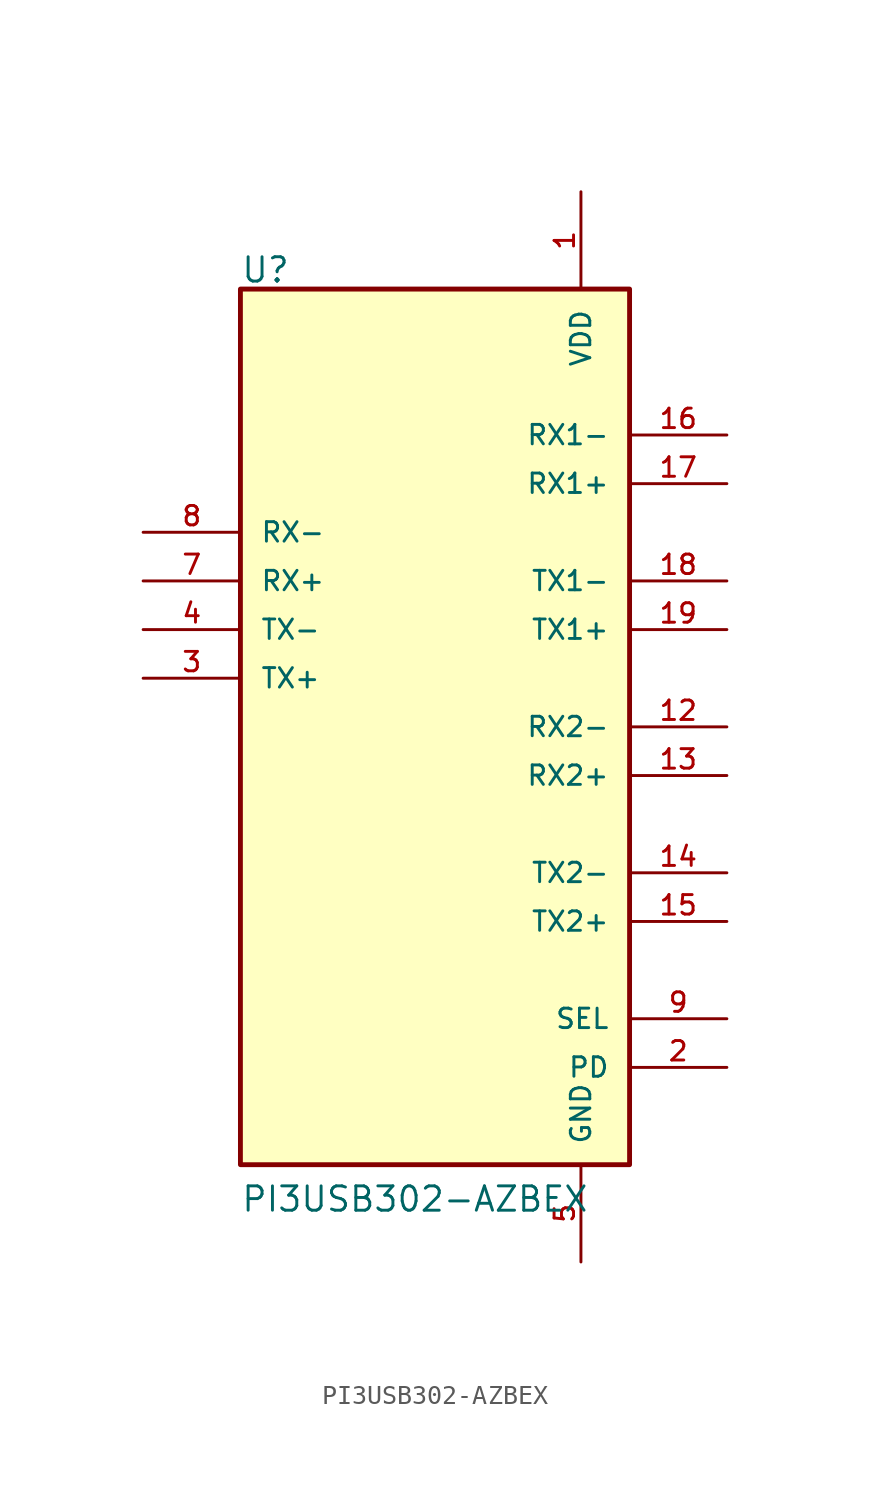
<source format=kicad_sym>
(kicad_symbol_lib
  (version 20241209)
  (generator "kicad_symbol_editor")
  (generator_version "9.0")
  (symbol "PI3USB302-AZBEX"
    (pin_names
      (offset 1.016))
    (property "Reference" "U"
      (at -10.16 15.494 0)
      (effects (font (size 1.27 1.27)) (justify left bottom)))
    (property "Value" "PI3USB302-AZBEX"
      (at -10.16 -33.02 0)
      (effects (font (size 1.27 1.27)) (justify left bottom)))
    (symbol "PI3USB302-AZBEX_0_0"
      (rectangle (start -10.16 15.24) (end 10.16 -30.48) (stroke (width 0.254) (type default)) (fill (type background)))
      (pin bidirectional line (at -15.24 2.54 0) (length 5.08) (name "RX-" (effects (font (size 1.016 1.016)))) (number "8" (effects (font (size 1.016 1.016)))))
      (pin bidirectional line (at -15.24 0 0) (length 5.08) (name "RX+" (effects (font (size 1.016 1.016)))) (number "7" (effects (font (size 1.016 1.016)))))
      (pin bidirectional line (at -15.24 -2.54 0) (length 5.08) (name "TX-" (effects (font (size 1.016 1.016)))) (number "4" (effects (font (size 1.016 1.016)))))
      (pin bidirectional line (at -15.24 -5.08 0) (length 5.08) (name "TX+" (effects (font (size 1.016 1.016)))) (number "3" (effects (font (size 1.016 1.016)))))
      (pin power_in line (at 7.62 20.32 270) (length 5.08) (name "VDD" (effects (font (size 1.016 1.016)))) (number "1" (effects (font (size 1.016 1.016)))))
      (pin power_in line (at 7.62 20.32 270) (length 5.08) (hide yes) (name "VDD" (effects (font (size 1.016 1.016)))) (number "10" (effects (font (size 1.016 1.016)))))
      (pin power_in line (at 7.62 20.32 270) (length 5.08) (hide yes) (name "VDD" (effects (font (size 1.016 1.016)))) (number "6" (effects (font (size 1.016 1.016)))))
      (pin power_in line (at 7.62 -35.56 90) (length 5.08) (hide yes) (name "GND" (effects (font (size 1.016 1.016)))) (number "11" (effects (font (size 1.016 1.016)))))
      (pin power_in line (at 7.62 -35.56 90) (length 5.08) (hide yes) (name "GND" (effects (font (size 1.016 1.016)))) (number "20" (effects (font (size 1.016 1.016)))))
      (pin power_in line (at 7.62 -35.56 90) (length 5.08) (hide yes) (name "GND" (effects (font (size 1.016 1.016)))) (number "21" (effects (font (size 1.016 1.016)))))
      (pin power_in line (at 7.62 -35.56 90) (length 5.08) (name "GND" (effects (font (size 1.016 1.016)))) (number "5" (effects (font (size 1.016 1.016)))))
      (pin bidirectional line (at 15.24 7.62 180) (length 5.08) (name "RX1-" (effects (font (size 1.016 1.016)))) (number "16" (effects (font (size 1.016 1.016)))))
      (pin bidirectional line (at 15.24 5.08 180) (length 5.08) (name "RX1+" (effects (font (size 1.016 1.016)))) (number "17" (effects (font (size 1.016 1.016)))))
      (pin bidirectional line (at 15.24 0 180) (length 5.08) (name "TX1-" (effects (font (size 1.016 1.016)))) (number "18" (effects (font (size 1.016 1.016)))))
      (pin bidirectional line (at 15.24 -2.54 180) (length 5.08) (name "TX1+" (effects (font (size 1.016 1.016)))) (number "19" (effects (font (size 1.016 1.016)))))
      (pin bidirectional line (at 15.24 -7.62 180) (length 5.08) (name "RX2-" (effects (font (size 1.016 1.016)))) (number "12" (effects (font (size 1.016 1.016)))))
      (pin bidirectional line (at 15.24 -10.16 180) (length 5.08) (name "RX2+" (effects (font (size 1.016 1.016)))) (number "13" (effects (font (size 1.016 1.016)))))
      (pin bidirectional line (at 15.24 -15.24 180) (length 5.08) (name "TX2-" (effects (font (size 1.016 1.016)))) (number "14" (effects (font (size 1.016 1.016)))))
      (pin bidirectional line (at 15.24 -17.78 180) (length 5.08) (name "TX2+" (effects (font (size 1.016 1.016)))) (number "15" (effects (font (size 1.016 1.016)))))
      (pin input line (at 15.24 -22.86 180) (length 5.08) (name "SEL" (effects (font (size 1.016 1.016)))) (number "9" (effects (font (size 1.016 1.016)))))
      (pin input line (at 15.24 -25.4 180) (length 5.08) (name "PD" (effects (font (size 1.016 1.016)))) (number "2" (effects (font (size 1.016 1.016))))))))
</source>
